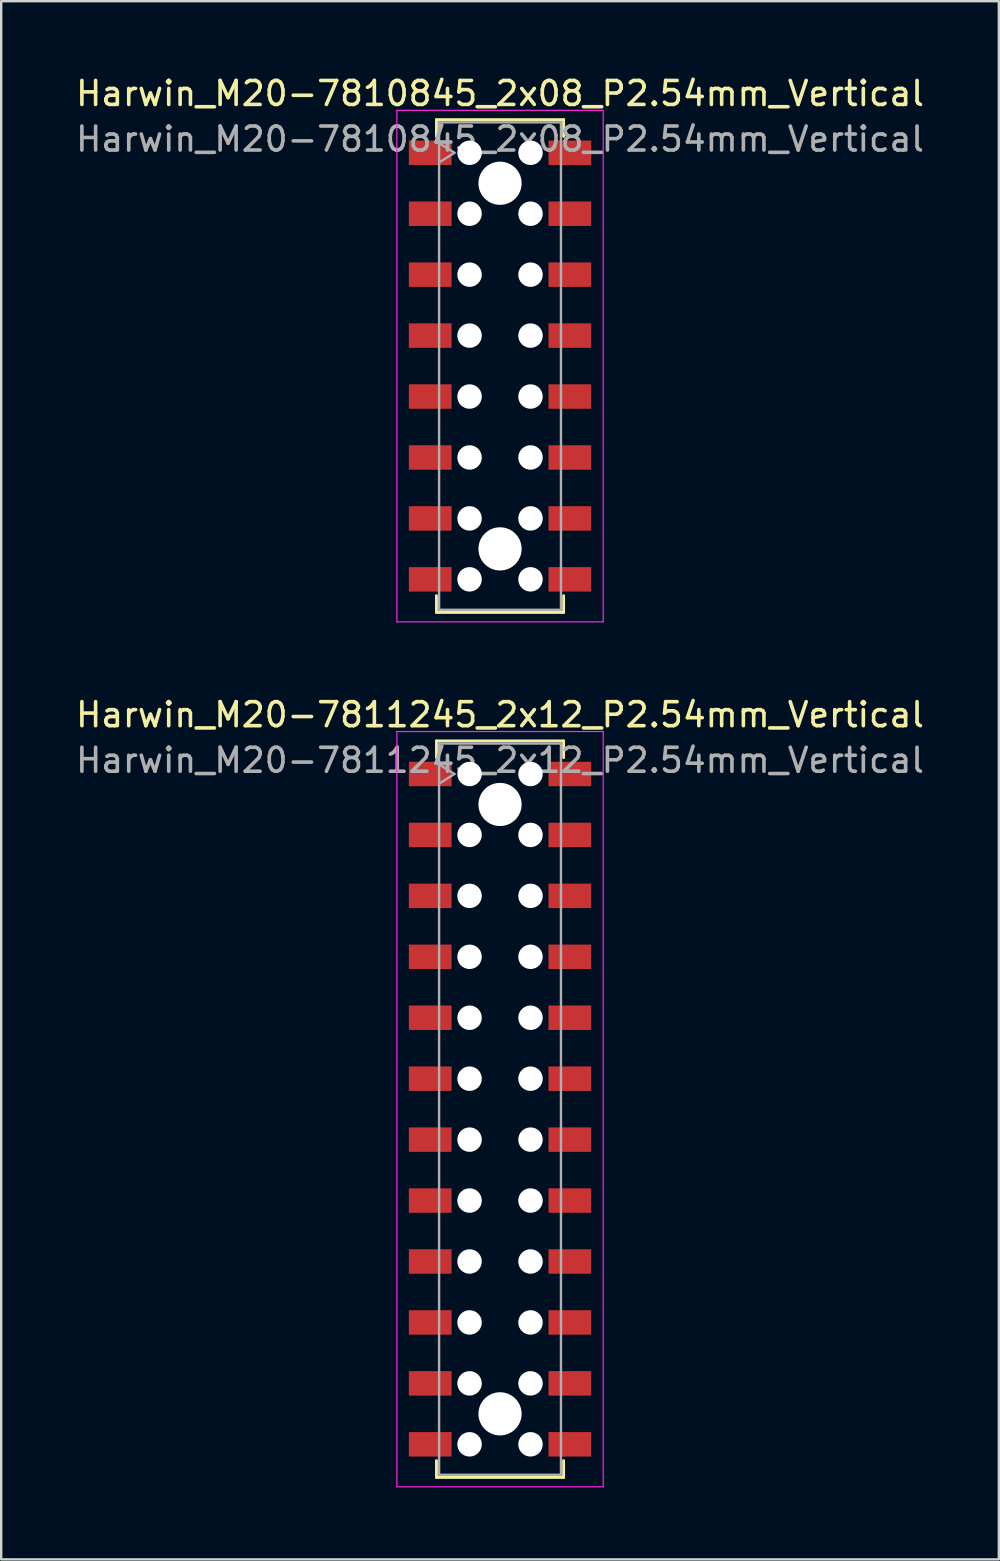
<source format=kicad_pcb>
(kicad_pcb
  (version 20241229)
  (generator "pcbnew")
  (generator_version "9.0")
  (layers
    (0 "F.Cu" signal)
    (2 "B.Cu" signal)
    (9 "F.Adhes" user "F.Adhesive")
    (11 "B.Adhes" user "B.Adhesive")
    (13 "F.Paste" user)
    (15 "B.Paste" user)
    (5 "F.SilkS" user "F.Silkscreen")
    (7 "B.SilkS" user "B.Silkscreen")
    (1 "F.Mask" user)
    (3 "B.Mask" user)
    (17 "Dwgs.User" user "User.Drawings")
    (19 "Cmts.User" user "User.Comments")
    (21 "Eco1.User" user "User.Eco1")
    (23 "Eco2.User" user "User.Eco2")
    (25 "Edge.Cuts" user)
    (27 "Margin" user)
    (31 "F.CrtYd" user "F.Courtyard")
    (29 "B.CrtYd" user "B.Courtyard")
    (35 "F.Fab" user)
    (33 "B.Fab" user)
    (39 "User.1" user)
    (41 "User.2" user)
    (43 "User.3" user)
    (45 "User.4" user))
  (footprint "Harwin_M20-7810845_2x08_P2.54mm_Vertical"
    (layer "F.Cu")
    (at 17.792 12.208)
    (property "Reference" "Harwin_M20-7810845_2x08_P2.54mm_Vertical" (at 0 -11.36 0) (layer "F.SilkS") (effects (font (size 1 1) (thickness 0.15))))
    (attr smd)
    (fp_line (start -2.65 -10.27) (end 2.65 -10.27) (stroke (width 0.12) (type solid)) (layer "F.SilkS"))
    (fp_line (start -2.65 -9.57) (end -2.65 -10.27) (stroke (width 0.12) (type solid)) (layer "F.SilkS"))
    (fp_line (start -2.65 9.57) (end -2.65 10.27) (stroke (width 0.12) (type solid)) (layer "F.SilkS"))
    (fp_line (start -2.65 10.27) (end 2.65 10.27) (stroke (width 0.12) (type solid)) (layer "F.SilkS"))
    (fp_line (start 2.65 -10.27) (end 2.65 -9.57) (stroke (width 0.12) (type solid)) (layer "F.SilkS"))
    (fp_line (start 2.65 10.27) (end 2.65 9.57) (stroke (width 0.12) (type solid)) (layer "F.SilkS"))
    (fp_line (start -4.3 -10.66) (end 4.3 -10.66) (stroke (width 0.05) (type solid)) (layer "F.CrtYd"))
    (fp_line (start -4.3 10.66) (end -4.3 -10.66) (stroke (width 0.05) (type solid)) (layer "F.CrtYd"))
    (fp_line (start 4.3 -10.66) (end 4.3 10.66) (stroke (width 0.05) (type solid)) (layer "F.CrtYd"))
    (fp_line (start 4.3 10.66) (end -4.3 10.66) (stroke (width 0.05) (type solid)) (layer "F.CrtYd"))
    (fp_line (start -2.54 -10.16) (end 2.54 -10.16) (stroke (width 0.1) (type solid)) (layer "F.Fab"))
    (fp_line (start -2.54 -9.29) (end -1.9 -8.89) (stroke (width 0.1) (type solid)) (layer "F.Fab"))
    (fp_line (start -2.54 10.16) (end -2.54 -10.16) (stroke (width 0.1) (type solid)) (layer "F.Fab"))
    (fp_line (start -1.9 -8.89) (end -2.54 -8.49) (stroke (width 0.1) (type solid)) (layer "F.Fab"))
    (fp_line (start 2.54 -10.16) (end 2.54 10.16) (stroke (width 0.1) (type solid)) (layer "F.Fab"))
    (fp_line (start 2.54 10.16) (end -2.54 10.16) (stroke (width 0.1) (type solid)) (layer "F.Fab"))
    (fp_text user "${REFERENCE}" (at 0 -9.46 0) (layer "F.Fab") (effects (font (size 1 1) (thickness 0.15))))
    (pad "" np_thru_hole circle (at -1.27 -8.89) (size 1.02 1.02) (drill 1.02) (layers "*.Cu" "*.Mask"))
    (pad "" np_thru_hole circle (at -1.27 -6.35) (size 1.02 1.02) (drill 1.02) (layers "*.Cu" "*.Mask"))
    (pad "" np_thru_hole circle (at -1.27 -3.81) (size 1.02 1.02) (drill 1.02) (layers "*.Cu" "*.Mask"))
    (pad "" np_thru_hole circle (at -1.27 -1.27) (size 1.02 1.02) (drill 1.02) (layers "*.Cu" "*.Mask"))
    (pad "" np_thru_hole circle (at -1.27 1.27) (size 1.02 1.02) (drill 1.02) (layers "*.Cu" "*.Mask"))
    (pad "" np_thru_hole circle (at -1.27 3.81) (size 1.02 1.02) (drill 1.02) (layers "*.Cu" "*.Mask"))
    (pad "" np_thru_hole circle (at -1.27 6.35) (size 1.02 1.02) (drill 1.02) (layers "*.Cu" "*.Mask"))
    (pad "" np_thru_hole circle (at -1.27 8.89) (size 1.02 1.02) (drill 1.02) (layers "*.Cu" "*.Mask"))
    (pad "" np_thru_hole circle (at 0 -7.62) (size 1.8 1.8) (drill 1.8) (layers "*.Cu" "*.Mask"))
    (pad "" np_thru_hole circle (at 0 7.62) (size 1.8 1.8) (drill 1.8) (layers "*.Cu" "*.Mask"))
    (pad "" np_thru_hole circle (at 1.27 -8.89) (size 1.02 1.02) (drill 1.02) (layers "*.Cu" "*.Mask"))
    (pad "" np_thru_hole circle (at 1.27 -6.35) (size 1.02 1.02) (drill 1.02) (layers "*.Cu" "*.Mask"))
    (pad "" np_thru_hole circle (at 1.27 -3.81) (size 1.02 1.02) (drill 1.02) (layers "*.Cu" "*.Mask"))
    (pad "" np_thru_hole circle (at 1.27 -1.27) (size 1.02 1.02) (drill 1.02) (layers "*.Cu" "*.Mask"))
    (pad "" np_thru_hole circle (at 1.27 1.27) (size 1.02 1.02) (drill 1.02) (layers "*.Cu" "*.Mask"))
    (pad "" np_thru_hole circle (at 1.27 3.81) (size 1.02 1.02) (drill 1.02) (layers "*.Cu" "*.Mask"))
    (pad "" np_thru_hole circle (at 1.27 6.35) (size 1.02 1.02) (drill 1.02) (layers "*.Cu" "*.Mask"))
    (pad "" np_thru_hole circle (at 1.27 8.89) (size 1.02 1.02) (drill 1.02) (layers "*.Cu" "*.Mask"))
    (pad "1" smd rect (at -2.91 -8.89) (size 1.78 1.02) (layers "F.Cu" "F.Mask" "F.Paste"))
    (pad "2" smd rect (at -2.91 -6.35) (size 1.78 1.02) (layers "F.Cu" "F.Mask" "F.Paste"))
    (pad "3" smd rect (at -2.91 -3.81) (size 1.78 1.02) (layers "F.Cu" "F.Mask" "F.Paste"))
    (pad "4" smd rect (at -2.91 -1.27) (size 1.78 1.02) (layers "F.Cu" "F.Mask" "F.Paste"))
    (pad "5" smd rect (at -2.91 1.27) (size 1.78 1.02) (layers "F.Cu" "F.Mask" "F.Paste"))
    (pad "6" smd rect (at -2.91 3.81) (size 1.78 1.02) (layers "F.Cu" "F.Mask" "F.Paste"))
    (pad "7" smd rect (at -2.91 6.35) (size 1.78 1.02) (layers "F.Cu" "F.Mask" "F.Paste"))
    (pad "8" smd rect (at -2.91 8.89) (size 1.78 1.02) (layers "F.Cu" "F.Mask" "F.Paste"))
    (pad "9" smd rect (at 2.91 -8.89) (size 1.78 1.02) (layers "F.Cu" "F.Mask" "F.Paste"))
    (pad "10" smd rect (at 2.91 -6.35) (size 1.78 1.02) (layers "F.Cu" "F.Mask" "F.Paste"))
    (pad "11" smd rect (at 2.91 -3.81) (size 1.78 1.02) (layers "F.Cu" "F.Mask" "F.Paste"))
    (pad "12" smd rect (at 2.91 -1.27) (size 1.78 1.02) (layers "F.Cu" "F.Mask" "F.Paste"))
    (pad "13" smd rect (at 2.91 1.27) (size 1.78 1.02) (layers "F.Cu" "F.Mask" "F.Paste"))
    (pad "14" smd rect (at 2.91 3.81) (size 1.78 1.02) (layers "F.Cu" "F.Mask" "F.Paste"))
    (pad "15" smd rect (at 2.91 6.35) (size 1.78 1.02) (layers "F.Cu" "F.Mask" "F.Paste"))
    (pad "16" smd rect (at 2.91 8.89) (size 1.78 1.02) (layers "F.Cu" "F.Mask" "F.Paste")))
  (footprint "Harwin_M20-7811245_2x12_P2.54mm_Vertical"
    (layer "F.Cu")
    (at 17.792 43.181)
    (property "Reference" "Harwin_M20-7811245_2x12_P2.54mm_Vertical" (at 0 -16.44 0) (layer "F.SilkS") (effects (font (size 1 1) (thickness 0.15))))
    (attr smd)
    (fp_line (start -2.65 -15.35) (end 2.65 -15.35) (stroke (width 0.12) (type solid)) (layer "F.SilkS"))
    (fp_line (start -2.65 -14.65) (end -2.65 -15.35) (stroke (width 0.12) (type solid)) (layer "F.SilkS"))
    (fp_line (start -2.65 14.65) (end -2.65 15.35) (stroke (width 0.12) (type solid)) (layer "F.SilkS"))
    (fp_line (start -2.65 15.35) (end 2.65 15.35) (stroke (width 0.12) (type solid)) (layer "F.SilkS"))
    (fp_line (start 2.65 -15.35) (end 2.65 -14.65) (stroke (width 0.12) (type solid)) (layer "F.SilkS"))
    (fp_line (start 2.65 15.35) (end 2.65 14.65) (stroke (width 0.12) (type solid)) (layer "F.SilkS"))
    (fp_line (start -4.3 -15.74) (end 4.3 -15.74) (stroke (width 0.05) (type solid)) (layer "F.CrtYd"))
    (fp_line (start -4.3 15.74) (end -4.3 -15.74) (stroke (width 0.05) (type solid)) (layer "F.CrtYd"))
    (fp_line (start 4.3 -15.74) (end 4.3 15.74) (stroke (width 0.05) (type solid)) (layer "F.CrtYd"))
    (fp_line (start 4.3 15.74) (end -4.3 15.74) (stroke (width 0.05) (type solid)) (layer "F.CrtYd"))
    (fp_line (start -2.54 -15.24) (end 2.54 -15.24) (stroke (width 0.1) (type solid)) (layer "F.Fab"))
    (fp_line (start -2.54 -14.37) (end -1.9 -13.97) (stroke (width 0.1) (type solid)) (layer "F.Fab"))
    (fp_line (start -2.54 15.24) (end -2.54 -15.24) (stroke (width 0.1) (type solid)) (layer "F.Fab"))
    (fp_line (start -1.9 -13.97) (end -2.54 -13.57) (stroke (width 0.1) (type solid)) (layer "F.Fab"))
    (fp_line (start 2.54 -15.24) (end 2.54 15.24) (stroke (width 0.1) (type solid)) (layer "F.Fab"))
    (fp_line (start 2.54 15.24) (end -2.54 15.24) (stroke (width 0.1) (type solid)) (layer "F.Fab"))
    (fp_text user "${REFERENCE}" (at 0 -14.54 0) (layer "F.Fab") (effects (font (size 1 1) (thickness 0.15))))
    (pad "" np_thru_hole circle (at -1.27 -13.97) (size 1.02 1.02) (drill 1.02) (layers "*.Cu" "*.Mask"))
    (pad "" np_thru_hole circle (at -1.27 -11.43) (size 1.02 1.02) (drill 1.02) (layers "*.Cu" "*.Mask"))
    (pad "" np_thru_hole circle (at -1.27 -8.89) (size 1.02 1.02) (drill 1.02) (layers "*.Cu" "*.Mask"))
    (pad "" np_thru_hole circle (at -1.27 -6.35) (size 1.02 1.02) (drill 1.02) (layers "*.Cu" "*.Mask"))
    (pad "" np_thru_hole circle (at -1.27 -3.81) (size 1.02 1.02) (drill 1.02) (layers "*.Cu" "*.Mask"))
    (pad "" np_thru_hole circle (at -1.27 -1.27) (size 1.02 1.02) (drill 1.02) (layers "*.Cu" "*.Mask"))
    (pad "" np_thru_hole circle (at -1.27 1.27) (size 1.02 1.02) (drill 1.02) (layers "*.Cu" "*.Mask"))
    (pad "" np_thru_hole circle (at -1.27 3.81) (size 1.02 1.02) (drill 1.02) (layers "*.Cu" "*.Mask"))
    (pad "" np_thru_hole circle (at -1.27 6.35) (size 1.02 1.02) (drill 1.02) (layers "*.Cu" "*.Mask"))
    (pad "" np_thru_hole circle (at -1.27 8.89) (size 1.02 1.02) (drill 1.02) (layers "*.Cu" "*.Mask"))
    (pad "" np_thru_hole circle (at -1.27 11.43) (size 1.02 1.02) (drill 1.02) (layers "*.Cu" "*.Mask"))
    (pad "" np_thru_hole circle (at -1.27 13.97) (size 1.02 1.02) (drill 1.02) (layers "*.Cu" "*.Mask"))
    (pad "" np_thru_hole circle (at 0 -12.7) (size 1.8 1.8) (drill 1.8) (layers "*.Cu" "*.Mask"))
    (pad "" np_thru_hole circle (at 0 12.7) (size 1.8 1.8) (drill 1.8) (layers "*.Cu" "*.Mask"))
    (pad "" np_thru_hole circle (at 1.27 -13.97) (size 1.02 1.02) (drill 1.02) (layers "*.Cu" "*.Mask"))
    (pad "" np_thru_hole circle (at 1.27 -11.43) (size 1.02 1.02) (drill 1.02) (layers "*.Cu" "*.Mask"))
    (pad "" np_thru_hole circle (at 1.27 -8.89) (size 1.02 1.02) (drill 1.02) (layers "*.Cu" "*.Mask"))
    (pad "" np_thru_hole circle (at 1.27 -6.35) (size 1.02 1.02) (drill 1.02) (layers "*.Cu" "*.Mask"))
    (pad "" np_thru_hole circle (at 1.27 -3.81) (size 1.02 1.02) (drill 1.02) (layers "*.Cu" "*.Mask"))
    (pad "" np_thru_hole circle (at 1.27 -1.27) (size 1.02 1.02) (drill 1.02) (layers "*.Cu" "*.Mask"))
    (pad "" np_thru_hole circle (at 1.27 1.27) (size 1.02 1.02) (drill 1.02) (layers "*.Cu" "*.Mask"))
    (pad "" np_thru_hole circle (at 1.27 3.81) (size 1.02 1.02) (drill 1.02) (layers "*.Cu" "*.Mask"))
    (pad "" np_thru_hole circle (at 1.27 6.35) (size 1.02 1.02) (drill 1.02) (layers "*.Cu" "*.Mask"))
    (pad "" np_thru_hole circle (at 1.27 8.89) (size 1.02 1.02) (drill 1.02) (layers "*.Cu" "*.Mask"))
    (pad "" np_thru_hole circle (at 1.27 11.43) (size 1.02 1.02) (drill 1.02) (layers "*.Cu" "*.Mask"))
    (pad "" np_thru_hole circle (at 1.27 13.97) (size 1.02 1.02) (drill 1.02) (layers "*.Cu" "*.Mask"))
    (pad "1" smd rect (at -2.91 -13.97) (size 1.78 1.02) (layers "F.Cu" "F.Mask" "F.Paste"))
    (pad "2" smd rect (at -2.91 -11.43) (size 1.78 1.02) (layers "F.Cu" "F.Mask" "F.Paste"))
    (pad "3" smd rect (at -2.91 -8.89) (size 1.78 1.02) (layers "F.Cu" "F.Mask" "F.Paste"))
    (pad "4" smd rect (at -2.91 -6.35) (size 1.78 1.02) (layers "F.Cu" "F.Mask" "F.Paste"))
    (pad "5" smd rect (at -2.91 -3.81) (size 1.78 1.02) (layers "F.Cu" "F.Mask" "F.Paste"))
    (pad "6" smd rect (at -2.91 -1.27) (size 1.78 1.02) (layers "F.Cu" "F.Mask" "F.Paste"))
    (pad "7" smd rect (at -2.91 1.27) (size 1.78 1.02) (layers "F.Cu" "F.Mask" "F.Paste"))
    (pad "8" smd rect (at -2.91 3.81) (size 1.78 1.02) (layers "F.Cu" "F.Mask" "F.Paste"))
    (pad "9" smd rect (at -2.91 6.35) (size 1.78 1.02) (layers "F.Cu" "F.Mask" "F.Paste"))
    (pad "10" smd rect (at -2.91 8.89) (size 1.78 1.02) (layers "F.Cu" "F.Mask" "F.Paste"))
    (pad "11" smd rect (at -2.91 11.43) (size 1.78 1.02) (layers "F.Cu" "F.Mask" "F.Paste"))
    (pad "12" smd rect (at -2.91 13.97) (size 1.78 1.02) (layers "F.Cu" "F.Mask" "F.Paste"))
    (pad "13" smd rect (at 2.91 -13.97) (size 1.78 1.02) (layers "F.Cu" "F.Mask" "F.Paste"))
    (pad "14" smd rect (at 2.91 -11.43) (size 1.78 1.02) (layers "F.Cu" "F.Mask" "F.Paste"))
    (pad "15" smd rect (at 2.91 -8.89) (size 1.78 1.02) (layers "F.Cu" "F.Mask" "F.Paste"))
    (pad "16" smd rect (at 2.91 -6.35) (size 1.78 1.02) (layers "F.Cu" "F.Mask" "F.Paste"))
    (pad "17" smd rect (at 2.91 -3.81) (size 1.78 1.02) (layers "F.Cu" "F.Mask" "F.Paste"))
    (pad "18" smd rect (at 2.91 -1.27) (size 1.78 1.02) (layers "F.Cu" "F.Mask" "F.Paste"))
    (pad "19" smd rect (at 2.91 1.27) (size 1.78 1.02) (layers "F.Cu" "F.Mask" "F.Paste"))
    (pad "20" smd rect (at 2.91 3.81) (size 1.78 1.02) (layers "F.Cu" "F.Mask" "F.Paste"))
    (pad "21" smd rect (at 2.91 6.35) (size 1.78 1.02) (layers "F.Cu" "F.Mask" "F.Paste"))
    (pad "22" smd rect (at 2.91 8.89) (size 1.78 1.02) (layers "F.Cu" "F.Mask" "F.Paste"))
    (pad "23" smd rect (at 2.91 11.43) (size 1.78 1.02) (layers "F.Cu" "F.Mask" "F.Paste"))
    (pad "24" smd rect (at 2.91 13.97) (size 1.78 1.02) (layers "F.Cu" "F.Mask" "F.Paste")))
  (gr_rect
    (start -3 -3)
    (end 38.583 61.947)
    (stroke (width 0.1) (type default))
    (fill no)
    (layer "Edge.Cuts")))
</source>
